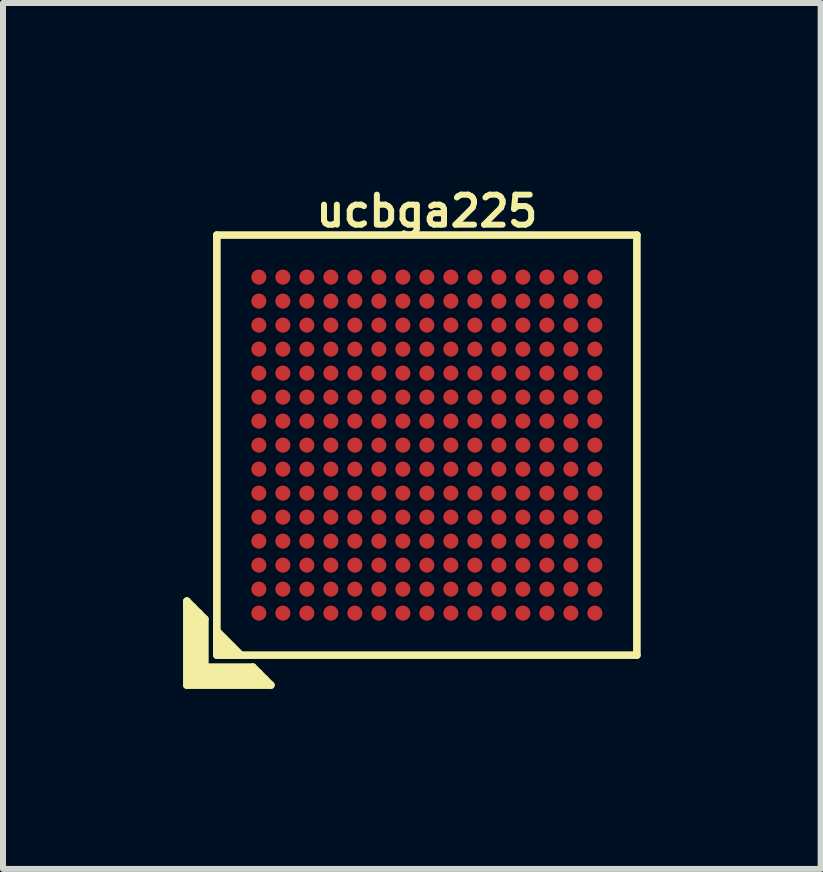
<source format=kicad_pcb>
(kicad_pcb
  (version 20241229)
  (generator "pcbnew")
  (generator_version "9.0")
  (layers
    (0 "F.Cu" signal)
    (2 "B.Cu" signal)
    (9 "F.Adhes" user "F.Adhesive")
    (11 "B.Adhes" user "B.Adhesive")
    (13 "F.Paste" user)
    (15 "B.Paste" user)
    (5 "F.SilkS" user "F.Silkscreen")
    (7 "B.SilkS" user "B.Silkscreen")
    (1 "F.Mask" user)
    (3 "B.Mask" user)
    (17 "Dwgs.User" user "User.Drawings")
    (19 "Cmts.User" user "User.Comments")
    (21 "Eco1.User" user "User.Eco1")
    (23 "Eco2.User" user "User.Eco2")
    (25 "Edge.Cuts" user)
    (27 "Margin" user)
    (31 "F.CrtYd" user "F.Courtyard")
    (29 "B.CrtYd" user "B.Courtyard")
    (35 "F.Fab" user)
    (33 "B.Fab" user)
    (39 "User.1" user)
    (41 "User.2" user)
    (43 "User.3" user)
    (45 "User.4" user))
  (footprint "ucbga225"
    (layer "F.Cu")
    (at 4.064 4.368)
    (property "Reference" "ucbga225" (at 0 -3.9 0) (layer "F.SilkS") (effects (font (size 0.5 0.5) (thickness 0.1))))
    (attr smd)
    (fp_line (start -4 2.6) (end -3.7 2.9) (stroke (width 0.127) (type solid)) (layer "F.SilkS"))
    (fp_line (start -4 4) (end -4 2.6) (stroke (width 0.127) (type solid)) (layer "F.SilkS"))
    (fp_line (start -3.9 3.9) (end -3.9 2.7) (stroke (width 0.127) (type solid)) (layer "F.SilkS"))
    (fp_line (start -3.8 2.8) (end -3.8 3.8) (stroke (width 0.127) (type solid)) (layer "F.SilkS"))
    (fp_line (start -3.8 3.8) (end -2.8 3.8) (stroke (width 0.127) (type solid)) (layer "F.SilkS"))
    (fp_line (start -3.7 2.9) (end -3.7 3.7) (stroke (width 0.127) (type solid)) (layer "F.SilkS"))
    (fp_line (start -3.7 3.7) (end -2.9 3.7) (stroke (width 0.127) (type solid)) (layer "F.SilkS"))
    (fp_line (start -3.5 -3.5) (end 3.5 -3.5) (stroke (width 0.127) (type solid)) (layer "F.SilkS"))
    (fp_line (start -3.5 3.1) (end -3.1 3.5) (stroke (width 0.127) (type solid)) (layer "F.SilkS"))
    (fp_line (start -3.5 3.2) (end -3.2 3.5) (stroke (width 0.127) (type solid)) (layer "F.SilkS"))
    (fp_line (start -3.5 3.5) (end -3.5 -3.5) (stroke (width 0.127) (type solid)) (layer "F.SilkS"))
    (fp_line (start -3.4 3.5) (end -3.5 3.4) (stroke (width 0.127) (type solid)) (layer "F.SilkS"))
    (fp_line (start -3.3 3.5) (end -3.5 3.3) (stroke (width 0.127) (type solid)) (layer "F.SilkS"))
    (fp_line (start -2.9 3.7) (end -2.6 4) (stroke (width 0.127) (type solid)) (layer "F.SilkS"))
    (fp_line (start -2.7 3.9) (end -3.9 3.9) (stroke (width 0.127) (type solid)) (layer "F.SilkS"))
    (fp_line (start -2.6 4) (end -4 4) (stroke (width 0.127) (type solid)) (layer "F.SilkS"))
    (fp_line (start 3.5 -3.5) (end 3.5 3.5) (stroke (width 0.127) (type solid)) (layer "F.SilkS"))
    (fp_line (start 3.5 3.5) (end -3.5 3.5) (stroke (width 0.127) (type solid)) (layer "F.SilkS"))
    (pad "A1" smd circle (at -2.8 2.8) (size 0.25 0.25) (layers "F.Cu" "F.Mask" "F.Paste"))
    (pad "A2" smd circle (at -2.8 2.4) (size 0.25 0.25) (layers "F.Cu" "F.Mask" "F.Paste"))
    (pad "A3" smd circle (at -2.8 2) (size 0.25 0.25) (layers "F.Cu" "F.Mask" "F.Paste"))
    (pad "A4" smd circle (at -2.8 1.6) (size 0.25 0.25) (layers "F.Cu" "F.Mask" "F.Paste"))
    (pad "A5" smd circle (at -2.8 1.2) (size 0.25 0.25) (layers "F.Cu" "F.Mask" "F.Paste"))
    (pad "A6" smd circle (at -2.8 0.8) (size 0.25 0.25) (layers "F.Cu" "F.Mask" "F.Paste"))
    (pad "A7" smd circle (at -2.8 0.4) (size 0.25 0.25) (layers "F.Cu" "F.Mask" "F.Paste"))
    (pad "A8" smd circle (at -2.8 0) (size 0.25 0.25) (layers "F.Cu" "F.Mask" "F.Paste"))
    (pad "A9" smd circle (at -2.8 -0.4) (size 0.25 0.25) (layers "F.Cu" "F.Mask" "F.Paste"))
    (pad "A10" smd circle (at -2.8 -0.8) (size 0.25 0.25) (layers "F.Cu" "F.Mask" "F.Paste"))
    (pad "A11" smd circle (at -2.8 -1.2) (size 0.25 0.25) (layers "F.Cu" "F.Mask" "F.Paste"))
    (pad "A12" smd circle (at -2.8 -1.6) (size 0.25 0.25) (layers "F.Cu" "F.Mask" "F.Paste"))
    (pad "A13" smd circle (at -2.8 -2) (size 0.25 0.25) (layers "F.Cu" "F.Mask" "F.Paste"))
    (pad "A14" smd circle (at -2.8 -2.4) (size 0.25 0.25) (layers "F.Cu" "F.Mask" "F.Paste"))
    (pad "A15" smd circle (at -2.8 -2.8) (size 0.25 0.25) (layers "F.Cu" "F.Mask" "F.Paste"))
    (pad "B1" smd circle (at -2.4 2.8) (size 0.25 0.25) (layers "F.Cu" "F.Mask" "F.Paste"))
    (pad "B2" smd circle (at -2.4 2.4) (size 0.25 0.25) (layers "F.Cu" "F.Mask" "F.Paste"))
    (pad "B3" smd circle (at -2.4 2) (size 0.25 0.25) (layers "F.Cu" "F.Mask" "F.Paste"))
    (pad "B4" smd circle (at -2.4 1.6) (size 0.25 0.25) (layers "F.Cu" "F.Mask" "F.Paste"))
    (pad "B5" smd circle (at -2.4 1.2) (size 0.25 0.25) (layers "F.Cu" "F.Mask" "F.Paste"))
    (pad "B6" smd circle (at -2.4 0.8) (size 0.25 0.25) (layers "F.Cu" "F.Mask" "F.Paste"))
    (pad "B7" smd circle (at -2.4 0.4) (size 0.25 0.25) (layers "F.Cu" "F.Mask" "F.Paste"))
    (pad "B8" smd circle (at -2.4 0) (size 0.25 0.25) (layers "F.Cu" "F.Mask" "F.Paste"))
    (pad "B9" smd circle (at -2.4 -0.4) (size 0.25 0.25) (layers "F.Cu" "F.Mask" "F.Paste"))
    (pad "B10" smd circle (at -2.4 -0.8) (size 0.25 0.25) (layers "F.Cu" "F.Mask" "F.Paste"))
    (pad "B11" smd circle (at -2.4 -1.2) (size 0.25 0.25) (layers "F.Cu" "F.Mask" "F.Paste"))
    (pad "B12" smd circle (at -2.4 -1.6) (size 0.25 0.25) (layers "F.Cu" "F.Mask" "F.Paste"))
    (pad "B13" smd circle (at -2.4 -2) (size 0.25 0.25) (layers "F.Cu" "F.Mask" "F.Paste"))
    (pad "B14" smd circle (at -2.4 -2.4) (size 0.25 0.25) (layers "F.Cu" "F.Mask" "F.Paste"))
    (pad "B15" smd circle (at -2.4 -2.8) (size 0.25 0.25) (layers "F.Cu" "F.Mask" "F.Paste"))
    (pad "C1" smd circle (at -2 2.8) (size 0.25 0.25) (layers "F.Cu" "F.Mask" "F.Paste"))
    (pad "C2" smd circle (at -2 2.4) (size 0.25 0.25) (layers "F.Cu" "F.Mask" "F.Paste"))
    (pad "C3" smd circle (at -2 2) (size 0.25 0.25) (layers "F.Cu" "F.Mask" "F.Paste"))
    (pad "C4" smd circle (at -2 1.6) (size 0.25 0.25) (layers "F.Cu" "F.Mask" "F.Paste"))
    (pad "C5" smd circle (at -2 1.2) (size 0.25 0.25) (layers "F.Cu" "F.Mask" "F.Paste"))
    (pad "C6" smd circle (at -2 0.8) (size 0.25 0.25) (layers "F.Cu" "F.Mask" "F.Paste"))
    (pad "C7" smd circle (at -2 0.4) (size 0.25 0.25) (layers "F.Cu" "F.Mask" "F.Paste"))
    (pad "C8" smd circle (at -2 0) (size 0.25 0.25) (layers "F.Cu" "F.Mask" "F.Paste"))
    (pad "C9" smd circle (at -2 -0.4) (size 0.25 0.25) (layers "F.Cu" "F.Mask" "F.Paste"))
    (pad "C10" smd circle (at -2 -0.8) (size 0.25 0.25) (layers "F.Cu" "F.Mask" "F.Paste"))
    (pad "C11" smd circle (at -2 -1.2) (size 0.25 0.25) (layers "F.Cu" "F.Mask" "F.Paste"))
    (pad "C12" smd circle (at -2 -1.6) (size 0.25 0.25) (layers "F.Cu" "F.Mask" "F.Paste"))
    (pad "C13" smd circle (at -2 -2) (size 0.25 0.25) (layers "F.Cu" "F.Mask" "F.Paste"))
    (pad "C14" smd circle (at -2 -2.4) (size 0.25 0.25) (layers "F.Cu" "F.Mask" "F.Paste"))
    (pad "C15" smd circle (at -2 -2.8) (size 0.25 0.25) (layers "F.Cu" "F.Mask" "F.Paste"))
    (pad "D1" smd circle (at -1.6 2.8) (size 0.25 0.25) (layers "F.Cu" "F.Mask" "F.Paste"))
    (pad "D2" smd circle (at -1.6 2.4) (size 0.25 0.25) (layers "F.Cu" "F.Mask" "F.Paste"))
    (pad "D3" smd circle (at -1.6 2) (size 0.25 0.25) (layers "F.Cu" "F.Mask" "F.Paste"))
    (pad "D4" smd circle (at -1.6 1.6) (size 0.25 0.25) (layers "F.Cu" "F.Mask" "F.Paste"))
    (pad "D5" smd circle (at -1.6 1.2) (size 0.25 0.25) (layers "F.Cu" "F.Mask" "F.Paste"))
    (pad "D6" smd circle (at -1.6 0.8) (size 0.25 0.25) (layers "F.Cu" "F.Mask" "F.Paste"))
    (pad "D7" smd circle (at -1.6 0.4) (size 0.25 0.25) (layers "F.Cu" "F.Mask" "F.Paste"))
    (pad "D8" smd circle (at -1.6 0) (size 0.25 0.25) (layers "F.Cu" "F.Mask" "F.Paste"))
    (pad "D9" smd circle (at -1.6 -0.4) (size 0.25 0.25) (layers "F.Cu" "F.Mask" "F.Paste"))
    (pad "D10" smd circle (at -1.6 -0.8) (size 0.25 0.25) (layers "F.Cu" "F.Mask" "F.Paste"))
    (pad "D11" smd circle (at -1.6 -1.2) (size 0.25 0.25) (layers "F.Cu" "F.Mask" "F.Paste"))
    (pad "D12" smd circle (at -1.6 -1.6) (size 0.25 0.25) (layers "F.Cu" "F.Mask" "F.Paste"))
    (pad "D13" smd circle (at -1.6 -2) (size 0.25 0.25) (layers "F.Cu" "F.Mask" "F.Paste"))
    (pad "D14" smd circle (at -1.6 -2.4) (size 0.25 0.25) (layers "F.Cu" "F.Mask" "F.Paste"))
    (pad "D15" smd circle (at -1.6 -2.8) (size 0.25 0.25) (layers "F.Cu" "F.Mask" "F.Paste"))
    (pad "E1" smd circle (at -1.2 2.8) (size 0.25 0.25) (layers "F.Cu" "F.Mask" "F.Paste"))
    (pad "E2" smd circle (at -1.2 2.4) (size 0.25 0.25) (layers "F.Cu" "F.Mask" "F.Paste"))
    (pad "E3" smd circle (at -1.2 2) (size 0.25 0.25) (layers "F.Cu" "F.Mask" "F.Paste"))
    (pad "E4" smd circle (at -1.2 1.6) (size 0.25 0.25) (layers "F.Cu" "F.Mask" "F.Paste"))
    (pad "E5" smd circle (at -1.2 1.2) (size 0.25 0.25) (layers "F.Cu" "F.Mask" "F.Paste"))
    (pad "E6" smd circle (at -1.2 0.8) (size 0.25 0.25) (layers "F.Cu" "F.Mask" "F.Paste"))
    (pad "E7" smd circle (at -1.2 0.4) (size 0.25 0.25) (layers "F.Cu" "F.Mask" "F.Paste"))
    (pad "E8" smd circle (at -1.2 0) (size 0.25 0.25) (layers "F.Cu" "F.Mask" "F.Paste"))
    (pad "E9" smd circle (at -1.2 -0.4) (size 0.25 0.25) (layers "F.Cu" "F.Mask" "F.Paste"))
    (pad "E10" smd circle (at -1.2 -0.8) (size 0.25 0.25) (layers "F.Cu" "F.Mask" "F.Paste"))
    (pad "E11" smd circle (at -1.2 -1.2) (size 0.25 0.25) (layers "F.Cu" "F.Mask" "F.Paste"))
    (pad "E12" smd circle (at -1.2 -1.6) (size 0.25 0.25) (layers "F.Cu" "F.Mask" "F.Paste"))
    (pad "E13" smd circle (at -1.2 -2) (size 0.25 0.25) (layers "F.Cu" "F.Mask" "F.Paste"))
    (pad "E14" smd circle (at -1.2 -2.4) (size 0.25 0.25) (layers "F.Cu" "F.Mask" "F.Paste"))
    (pad "E15" smd circle (at -1.2 -2.8) (size 0.25 0.25) (layers "F.Cu" "F.Mask" "F.Paste"))
    (pad "F1" smd circle (at -0.8 2.8) (size 0.25 0.25) (layers "F.Cu" "F.Mask" "F.Paste"))
    (pad "F2" smd circle (at -0.8 2.4) (size 0.25 0.25) (layers "F.Cu" "F.Mask" "F.Paste"))
    (pad "F3" smd circle (at -0.8 2) (size 0.25 0.25) (layers "F.Cu" "F.Mask" "F.Paste"))
    (pad "F4" smd circle (at -0.8 1.6) (size 0.25 0.25) (layers "F.Cu" "F.Mask" "F.Paste"))
    (pad "F5" smd circle (at -0.8 1.2) (size 0.25 0.25) (layers "F.Cu" "F.Mask" "F.Paste"))
    (pad "F6" smd circle (at -0.8 0.8) (size 0.25 0.25) (layers "F.Cu" "F.Mask" "F.Paste"))
    (pad "F7" smd circle (at -0.8 0.4) (size 0.25 0.25) (layers "F.Cu" "F.Mask" "F.Paste"))
    (pad "F8" smd circle (at -0.8 0) (size 0.25 0.25) (layers "F.Cu" "F.Mask" "F.Paste"))
    (pad "F9" smd circle (at -0.8 -0.4) (size 0.25 0.25) (layers "F.Cu" "F.Mask" "F.Paste"))
    (pad "F10" smd circle (at -0.8 -0.8) (size 0.25 0.25) (layers "F.Cu" "F.Mask" "F.Paste"))
    (pad "F11" smd circle (at -0.8 -1.2) (size 0.25 0.25) (layers "F.Cu" "F.Mask" "F.Paste"))
    (pad "F12" smd circle (at -0.8 -1.6) (size 0.25 0.25) (layers "F.Cu" "F.Mask" "F.Paste"))
    (pad "F13" smd circle (at -0.8 -2) (size 0.25 0.25) (layers "F.Cu" "F.Mask" "F.Paste"))
    (pad "F14" smd circle (at -0.8 -2.4) (size 0.25 0.25) (layers "F.Cu" "F.Mask" "F.Paste"))
    (pad "F15" smd circle (at -0.8 -2.8) (size 0.25 0.25) (layers "F.Cu" "F.Mask" "F.Paste"))
    (pad "G1" smd circle (at -0.4 2.8) (size 0.25 0.25) (layers "F.Cu" "F.Mask" "F.Paste"))
    (pad "G2" smd circle (at -0.4 2.4) (size 0.25 0.25) (layers "F.Cu" "F.Mask" "F.Paste"))
    (pad "G3" smd circle (at -0.4 2) (size 0.25 0.25) (layers "F.Cu" "F.Mask" "F.Paste"))
    (pad "G4" smd circle (at -0.4 1.6) (size 0.25 0.25) (layers "F.Cu" "F.Mask" "F.Paste"))
    (pad "G5" smd circle (at -0.4 1.2) (size 0.25 0.25) (layers "F.Cu" "F.Mask" "F.Paste"))
    (pad "G6" smd circle (at -0.4 0.8) (size 0.25 0.25) (layers "F.Cu" "F.Mask" "F.Paste"))
    (pad "G7" smd circle (at -0.4 0.4) (size 0.25 0.25) (layers "F.Cu" "F.Mask" "F.Paste"))
    (pad "G8" smd circle (at -0.4 0) (size 0.25 0.25) (layers "F.Cu" "F.Mask" "F.Paste"))
    (pad "G9" smd circle (at -0.4 -0.4) (size 0.25 0.25) (layers "F.Cu" "F.Mask" "F.Paste"))
    (pad "G10" smd circle (at -0.4 -0.8) (size 0.25 0.25) (layers "F.Cu" "F.Mask" "F.Paste"))
    (pad "G11" smd circle (at -0.4 -1.2) (size 0.25 0.25) (layers "F.Cu" "F.Mask" "F.Paste"))
    (pad "G12" smd circle (at -0.4 -1.6) (size 0.25 0.25) (layers "F.Cu" "F.Mask" "F.Paste"))
    (pad "G13" smd circle (at -0.4 -2) (size 0.25 0.25) (layers "F.Cu" "F.Mask" "F.Paste"))
    (pad "G14" smd circle (at -0.4 -2.4) (size 0.25 0.25) (layers "F.Cu" "F.Mask" "F.Paste"))
    (pad "G15" smd circle (at -0.4 -2.8) (size 0.25 0.25) (layers "F.Cu" "F.Mask" "F.Paste"))
    (pad "H1" smd circle (at 0 2.8) (size 0.25 0.25) (layers "F.Cu" "F.Mask" "F.Paste"))
    (pad "H2" smd circle (at 0 2.4) (size 0.25 0.25) (layers "F.Cu" "F.Mask" "F.Paste"))
    (pad "H3" smd circle (at 0 2) (size 0.25 0.25) (layers "F.Cu" "F.Mask" "F.Paste"))
    (pad "H4" smd circle (at 0 1.6) (size 0.25 0.25) (layers "F.Cu" "F.Mask" "F.Paste"))
    (pad "H5" smd circle (at 0 1.2) (size 0.25 0.25) (layers "F.Cu" "F.Mask" "F.Paste"))
    (pad "H6" smd circle (at 0 0.8) (size 0.25 0.25) (layers "F.Cu" "F.Mask" "F.Paste"))
    (pad "H7" smd circle (at 0 0.4) (size 0.25 0.25) (layers "F.Cu" "F.Mask" "F.Paste"))
    (pad "H8" smd circle (at 0 0) (size 0.25 0.25) (layers "F.Cu" "F.Mask" "F.Paste"))
    (pad "H9" smd circle (at 0 -0.4) (size 0.25 0.25) (layers "F.Cu" "F.Mask" "F.Paste"))
    (pad "H10" smd circle (at 0 -0.8) (size 0.25 0.25) (layers "F.Cu" "F.Mask" "F.Paste"))
    (pad "H11" smd circle (at 0 -1.2) (size 0.25 0.25) (layers "F.Cu" "F.Mask" "F.Paste"))
    (pad "H12" smd circle (at 0 -1.6) (size 0.25 0.25) (layers "F.Cu" "F.Mask" "F.Paste"))
    (pad "H13" smd circle (at 0 -2) (size 0.25 0.25) (layers "F.Cu" "F.Mask" "F.Paste"))
    (pad "H14" smd circle (at 0 -2.4) (size 0.25 0.25) (layers "F.Cu" "F.Mask" "F.Paste"))
    (pad "H15" smd circle (at 0 -2.8) (size 0.25 0.25) (layers "F.Cu" "F.Mask" "F.Paste"))
    (pad "J1" smd circle (at 0.4 2.8) (size 0.25 0.25) (layers "F.Cu" "F.Mask" "F.Paste"))
    (pad "J2" smd circle (at 0.4 2.4) (size 0.25 0.25) (layers "F.Cu" "F.Mask" "F.Paste"))
    (pad "J3" smd circle (at 0.4 2) (size 0.25 0.25) (layers "F.Cu" "F.Mask" "F.Paste"))
    (pad "J4" smd circle (at 0.4 1.6) (size 0.25 0.25) (layers "F.Cu" "F.Mask" "F.Paste"))
    (pad "J5" smd circle (at 0.4 1.2) (size 0.25 0.25) (layers "F.Cu" "F.Mask" "F.Paste"))
    (pad "J6" smd circle (at 0.4 0.8) (size 0.25 0.25) (layers "F.Cu" "F.Mask" "F.Paste"))
    (pad "J7" smd circle (at 0.4 0.4) (size 0.25 0.25) (layers "F.Cu" "F.Mask" "F.Paste"))
    (pad "J8" smd circle (at 0.4 0) (size 0.25 0.25) (layers "F.Cu" "F.Mask" "F.Paste"))
    (pad "J9" smd circle (at 0.4 -0.4) (size 0.25 0.25) (layers "F.Cu" "F.Mask" "F.Paste"))
    (pad "J10" smd circle (at 0.4 -0.8) (size 0.25 0.25) (layers "F.Cu" "F.Mask" "F.Paste"))
    (pad "J11" smd circle (at 0.4 -1.2) (size 0.25 0.25) (layers "F.Cu" "F.Mask" "F.Paste"))
    (pad "J12" smd circle (at 0.4 -1.6) (size 0.25 0.25) (layers "F.Cu" "F.Mask" "F.Paste"))
    (pad "J13" smd circle (at 0.4 -2) (size 0.25 0.25) (layers "F.Cu" "F.Mask" "F.Paste"))
    (pad "J14" smd circle (at 0.4 -2.4) (size 0.25 0.25) (layers "F.Cu" "F.Mask" "F.Paste"))
    (pad "J15" smd circle (at 0.4 -2.8) (size 0.25 0.25) (layers "F.Cu" "F.Mask" "F.Paste"))
    (pad "K1" smd circle (at 0.8 2.8) (size 0.25 0.25) (layers "F.Cu" "F.Mask" "F.Paste"))
    (pad "K2" smd circle (at 0.8 2.4) (size 0.25 0.25) (layers "F.Cu" "F.Mask" "F.Paste"))
    (pad "K3" smd circle (at 0.8 2) (size 0.25 0.25) (layers "F.Cu" "F.Mask" "F.Paste"))
    (pad "K4" smd circle (at 0.8 1.6) (size 0.25 0.25) (layers "F.Cu" "F.Mask" "F.Paste"))
    (pad "K5" smd circle (at 0.8 1.2) (size 0.25 0.25) (layers "F.Cu" "F.Mask" "F.Paste"))
    (pad "K6" smd circle (at 0.8 0.8) (size 0.25 0.25) (layers "F.Cu" "F.Mask" "F.Paste"))
    (pad "K7" smd circle (at 0.8 0.4) (size 0.25 0.25) (layers "F.Cu" "F.Mask" "F.Paste"))
    (pad "K8" smd circle (at 0.8 0) (size 0.25 0.25) (layers "F.Cu" "F.Mask" "F.Paste"))
    (pad "K9" smd circle (at 0.8 -0.4) (size 0.25 0.25) (layers "F.Cu" "F.Mask" "F.Paste"))
    (pad "K10" smd circle (at 0.8 -0.8) (size 0.25 0.25) (layers "F.Cu" "F.Mask" "F.Paste"))
    (pad "K11" smd circle (at 0.8 -1.2) (size 0.25 0.25) (layers "F.Cu" "F.Mask" "F.Paste"))
    (pad "K12" smd circle (at 0.8 -1.6) (size 0.25 0.25) (layers "F.Cu" "F.Mask" "F.Paste"))
    (pad "K13" smd circle (at 0.8 -2) (size 0.25 0.25) (layers "F.Cu" "F.Mask" "F.Paste"))
    (pad "K14" smd circle (at 0.8 -2.4) (size 0.25 0.25) (layers "F.Cu" "F.Mask" "F.Paste"))
    (pad "K15" smd circle (at 0.8 -2.8) (size 0.25 0.25) (layers "F.Cu" "F.Mask" "F.Paste"))
    (pad "L1" smd circle (at 1.2 2.8) (size 0.25 0.25) (layers "F.Cu" "F.Mask" "F.Paste"))
    (pad "L2" smd circle (at 1.2 2.4) (size 0.25 0.25) (layers "F.Cu" "F.Mask" "F.Paste"))
    (pad "L3" smd circle (at 1.2 2) (size 0.25 0.25) (layers "F.Cu" "F.Mask" "F.Paste"))
    (pad "L4" smd circle (at 1.2 1.6) (size 0.25 0.25) (layers "F.Cu" "F.Mask" "F.Paste"))
    (pad "L5" smd circle (at 1.2 1.2) (size 0.25 0.25) (layers "F.Cu" "F.Mask" "F.Paste"))
    (pad "L6" smd circle (at 1.2 0.8) (size 0.25 0.25) (layers "F.Cu" "F.Mask" "F.Paste"))
    (pad "L7" smd circle (at 1.2 0.4) (size 0.25 0.25) (layers "F.Cu" "F.Mask" "F.Paste"))
    (pad "L8" smd circle (at 1.2 0) (size 0.25 0.25) (layers "F.Cu" "F.Mask" "F.Paste"))
    (pad "L9" smd circle (at 1.2 -0.4) (size 0.25 0.25) (layers "F.Cu" "F.Mask" "F.Paste"))
    (pad "L10" smd circle (at 1.2 -0.8) (size 0.25 0.25) (layers "F.Cu" "F.Mask" "F.Paste"))
    (pad "L11" smd circle (at 1.2 -1.2) (size 0.25 0.25) (layers "F.Cu" "F.Mask" "F.Paste"))
    (pad "L12" smd circle (at 1.2 -1.6) (size 0.25 0.25) (layers "F.Cu" "F.Mask" "F.Paste"))
    (pad "L13" smd circle (at 1.2 -2) (size 0.25 0.25) (layers "F.Cu" "F.Mask" "F.Paste"))
    (pad "L14" smd circle (at 1.2 -2.4) (size 0.25 0.25) (layers "F.Cu" "F.Mask" "F.Paste"))
    (pad "L15" smd circle (at 1.2 -2.8) (size 0.25 0.25) (layers "F.Cu" "F.Mask" "F.Paste"))
    (pad "M1" smd circle (at 1.6 2.8) (size 0.25 0.25) (layers "F.Cu" "F.Mask" "F.Paste"))
    (pad "M2" smd circle (at 1.6 2.4) (size 0.25 0.25) (layers "F.Cu" "F.Mask" "F.Paste"))
    (pad "M3" smd circle (at 1.6 2) (size 0.25 0.25) (layers "F.Cu" "F.Mask" "F.Paste"))
    (pad "M4" smd circle (at 1.6 1.6) (size 0.25 0.25) (layers "F.Cu" "F.Mask" "F.Paste"))
    (pad "M5" smd circle (at 1.6 1.2) (size 0.25 0.25) (layers "F.Cu" "F.Mask" "F.Paste"))
    (pad "M6" smd circle (at 1.6 0.8) (size 0.25 0.25) (layers "F.Cu" "F.Mask" "F.Paste"))
    (pad "M7" smd circle (at 1.6 0.4) (size 0.25 0.25) (layers "F.Cu" "F.Mask" "F.Paste"))
    (pad "M8" smd circle (at 1.6 0) (size 0.25 0.25) (layers "F.Cu" "F.Mask" "F.Paste"))
    (pad "M9" smd circle (at 1.6 -0.4) (size 0.25 0.25) (layers "F.Cu" "F.Mask" "F.Paste"))
    (pad "M10" smd circle (at 1.6 -0.8) (size 0.25 0.25) (layers "F.Cu" "F.Mask" "F.Paste"))
    (pad "M11" smd circle (at 1.6 -1.2) (size 0.25 0.25) (layers "F.Cu" "F.Mask" "F.Paste"))
    (pad "M12" smd circle (at 1.6 -1.6) (size 0.25 0.25) (layers "F.Cu" "F.Mask" "F.Paste"))
    (pad "M13" smd circle (at 1.6 -2) (size 0.25 0.25) (layers "F.Cu" "F.Mask" "F.Paste"))
    (pad "M14" smd circle (at 1.6 -2.4) (size 0.25 0.25) (layers "F.Cu" "F.Mask" "F.Paste"))
    (pad "M15" smd circle (at 1.6 -2.8) (size 0.25 0.25) (layers "F.Cu" "F.Mask" "F.Paste"))
    (pad "N1" smd circle (at 2 2.8) (size 0.25 0.25) (layers "F.Cu" "F.Mask" "F.Paste"))
    (pad "N2" smd circle (at 2 2.4) (size 0.25 0.25) (layers "F.Cu" "F.Mask" "F.Paste"))
    (pad "N3" smd circle (at 2 2) (size 0.25 0.25) (layers "F.Cu" "F.Mask" "F.Paste"))
    (pad "N4" smd circle (at 2 1.6) (size 0.25 0.25) (layers "F.Cu" "F.Mask" "F.Paste"))
    (pad "N5" smd circle (at 2 1.2) (size 0.25 0.25) (layers "F.Cu" "F.Mask" "F.Paste"))
    (pad "N6" smd circle (at 2 0.8) (size 0.25 0.25) (layers "F.Cu" "F.Mask" "F.Paste"))
    (pad "N7" smd circle (at 2 0.4) (size 0.25 0.25) (layers "F.Cu" "F.Mask" "F.Paste"))
    (pad "N8" smd circle (at 2 0) (size 0.25 0.25) (layers "F.Cu" "F.Mask" "F.Paste"))
    (pad "N9" smd circle (at 2 -0.4) (size 0.25 0.25) (layers "F.Cu" "F.Mask" "F.Paste"))
    (pad "N10" smd circle (at 2 -0.8) (size 0.25 0.25) (layers "F.Cu" "F.Mask" "F.Paste"))
    (pad "N11" smd circle (at 2 -1.2) (size 0.25 0.25) (layers "F.Cu" "F.Mask" "F.Paste"))
    (pad "N12" smd circle (at 2 -1.6) (size 0.25 0.25) (layers "F.Cu" "F.Mask" "F.Paste"))
    (pad "N13" smd circle (at 2 -2) (size 0.25 0.25) (layers "F.Cu" "F.Mask" "F.Paste"))
    (pad "N14" smd circle (at 2 -2.4) (size 0.25 0.25) (layers "F.Cu" "F.Mask" "F.Paste"))
    (pad "N15" smd circle (at 2 -2.8) (size 0.25 0.25) (layers "F.Cu" "F.Mask" "F.Paste"))
    (pad "P1" smd circle (at 2.4 2.8) (size 0.25 0.25) (layers "F.Cu" "F.Mask" "F.Paste"))
    (pad "P2" smd circle (at 2.4 2.4) (size 0.25 0.25) (layers "F.Cu" "F.Mask" "F.Paste"))
    (pad "P3" smd circle (at 2.4 2) (size 0.25 0.25) (layers "F.Cu" "F.Mask" "F.Paste"))
    (pad "P4" smd circle (at 2.4 1.6) (size 0.25 0.25) (layers "F.Cu" "F.Mask" "F.Paste"))
    (pad "P5" smd circle (at 2.4 1.2) (size 0.25 0.25) (layers "F.Cu" "F.Mask" "F.Paste"))
    (pad "P6" smd circle (at 2.4 0.8) (size 0.25 0.25) (layers "F.Cu" "F.Mask" "F.Paste"))
    (pad "P7" smd circle (at 2.4 0.4) (size 0.25 0.25) (layers "F.Cu" "F.Mask" "F.Paste"))
    (pad "P8" smd circle (at 2.4 0) (size 0.25 0.25) (layers "F.Cu" "F.Mask" "F.Paste"))
    (pad "P9" smd circle (at 2.4 -0.4) (size 0.25 0.25) (layers "F.Cu" "F.Mask" "F.Paste"))
    (pad "P10" smd circle (at 2.4 -0.8) (size 0.25 0.25) (layers "F.Cu" "F.Mask" "F.Paste"))
    (pad "P11" smd circle (at 2.4 -1.2) (size 0.25 0.25) (layers "F.Cu" "F.Mask" "F.Paste"))
    (pad "P12" smd circle (at 2.4 -1.6) (size 0.25 0.25) (layers "F.Cu" "F.Mask" "F.Paste"))
    (pad "P13" smd circle (at 2.4 -2) (size 0.25 0.25) (layers "F.Cu" "F.Mask" "F.Paste"))
    (pad "P14" smd circle (at 2.4 -2.4) (size 0.25 0.25) (layers "F.Cu" "F.Mask" "F.Paste"))
    (pad "P15" smd circle (at 2.4 -2.8) (size 0.25 0.25) (layers "F.Cu" "F.Mask" "F.Paste"))
    (pad "R1" smd circle (at 2.8 2.8) (size 0.25 0.25) (layers "F.Cu" "F.Mask" "F.Paste"))
    (pad "R2" smd circle (at 2.8 2.4) (size 0.25 0.25) (layers "F.Cu" "F.Mask" "F.Paste"))
    (pad "R3" smd circle (at 2.8 2) (size 0.25 0.25) (layers "F.Cu" "F.Mask" "F.Paste"))
    (pad "R4" smd circle (at 2.8 1.6) (size 0.25 0.25) (layers "F.Cu" "F.Mask" "F.Paste"))
    (pad "R5" smd circle (at 2.8 1.2) (size 0.25 0.25) (layers "F.Cu" "F.Mask" "F.Paste"))
    (pad "R6" smd circle (at 2.8 0.8) (size 0.25 0.25) (layers "F.Cu" "F.Mask" "F.Paste"))
    (pad "R7" smd circle (at 2.8 0.4) (size 0.25 0.25) (layers "F.Cu" "F.Mask" "F.Paste"))
    (pad "R8" smd circle (at 2.8 0) (size 0.25 0.25) (layers "F.Cu" "F.Mask" "F.Paste"))
    (pad "R9" smd circle (at 2.8 -0.4) (size 0.25 0.25) (layers "F.Cu" "F.Mask" "F.Paste"))
    (pad "R10" smd circle (at 2.8 -0.8) (size 0.25 0.25) (layers "F.Cu" "F.Mask" "F.Paste"))
    (pad "R11" smd circle (at 2.8 -1.2) (size 0.25 0.25) (layers "F.Cu" "F.Mask" "F.Paste"))
    (pad "R12" smd circle (at 2.8 -1.6) (size 0.25 0.25) (layers "F.Cu" "F.Mask" "F.Paste"))
    (pad "R13" smd circle (at 2.8 -2) (size 0.25 0.25) (layers "F.Cu" "F.Mask" "F.Paste"))
    (pad "R14" smd circle (at 2.8 -2.4) (size 0.25 0.25) (layers "F.Cu" "F.Mask" "F.Paste"))
    (pad "R15" smd circle (at 2.8 -2.8) (size 0.25 0.25) (layers "F.Cu" "F.Mask" "F.Paste")))
  (gr_rect
    (start -3 -3)
    (end 10.627 11.431)
    (stroke (width 0.1) (type default))
    (fill no)
    (layer "Edge.Cuts")))
</source>
